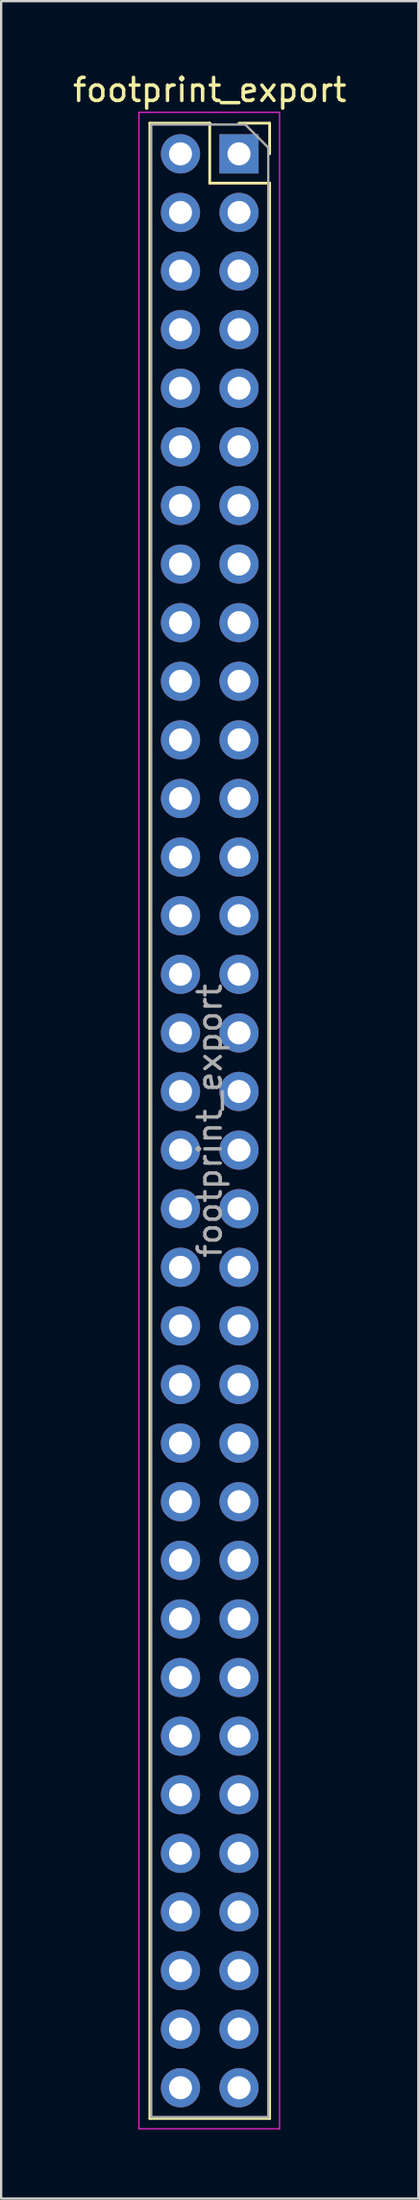
<source format=kicad_pcb>
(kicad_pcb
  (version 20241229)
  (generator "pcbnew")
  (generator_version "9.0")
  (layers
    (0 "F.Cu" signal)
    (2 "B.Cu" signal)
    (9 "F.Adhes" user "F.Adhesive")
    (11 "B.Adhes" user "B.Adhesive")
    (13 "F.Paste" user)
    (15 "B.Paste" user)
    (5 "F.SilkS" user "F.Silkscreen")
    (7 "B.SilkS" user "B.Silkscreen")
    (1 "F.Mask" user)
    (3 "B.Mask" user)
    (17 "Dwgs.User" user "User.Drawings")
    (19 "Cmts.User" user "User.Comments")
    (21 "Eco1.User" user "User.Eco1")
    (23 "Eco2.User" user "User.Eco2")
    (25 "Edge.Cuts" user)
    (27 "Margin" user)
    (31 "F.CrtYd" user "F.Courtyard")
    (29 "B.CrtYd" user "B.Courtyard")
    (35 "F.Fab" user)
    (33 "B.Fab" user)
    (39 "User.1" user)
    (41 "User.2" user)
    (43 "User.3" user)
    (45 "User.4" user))
  (footprint "footprint_export"
    (layer "F.Cu")
    (at 7.324 3.618)
    (property "Reference" "footprint_export" (at -1.27 -2.77 0) (layer "F.SilkS") (effects (font (size 1 1) (thickness 0.15))))
    (attr through_hole)
    (fp_line (start -3.87 -1.33) (end -3.87 85.15) (stroke (width 0.12) (type solid)) (layer "F.SilkS"))
    (fp_line (start -3.87 -1.33) (end -1.27 -1.33) (stroke (width 0.12) (type solid)) (layer "F.SilkS"))
    (fp_line (start -3.87 85.15) (end 1.33 85.15) (stroke (width 0.12) (type solid)) (layer "F.SilkS"))
    (fp_line (start -1.27 -1.33) (end -1.27 1.27) (stroke (width 0.12) (type solid)) (layer "F.SilkS"))
    (fp_line (start -1.27 1.27) (end 1.33 1.27) (stroke (width 0.12) (type solid)) (layer "F.SilkS"))
    (fp_line (start 0 -1.33) (end 1.33 -1.33) (stroke (width 0.12) (type solid)) (layer "F.SilkS"))
    (fp_line (start 1.33 -1.33) (end 1.33 0) (stroke (width 0.12) (type solid)) (layer "F.SilkS"))
    (fp_line (start 1.33 1.27) (end 1.33 85.15) (stroke (width 0.12) (type solid)) (layer "F.SilkS"))
    (fp_line (start -4.34 -1.8) (end 1.76 -1.8) (stroke (width 0.05) (type solid)) (layer "F.CrtYd"))
    (fp_line (start -4.34 85.6) (end -4.34 -1.8) (stroke (width 0.05) (type solid)) (layer "F.CrtYd"))
    (fp_line (start 1.76 -1.8) (end 1.76 85.6) (stroke (width 0.05) (type solid)) (layer "F.CrtYd"))
    (fp_line (start 1.76 85.6) (end -4.34 85.6) (stroke (width 0.05) (type solid)) (layer "F.CrtYd"))
    (fp_line (start -3.81 -1.27) (end 0.27 -1.27) (stroke (width 0.1) (type solid)) (layer "F.Fab"))
    (fp_line (start -3.81 85.09) (end -3.81 -1.27) (stroke (width 0.1) (type solid)) (layer "F.Fab"))
    (fp_line (start 0.27 -1.27) (end 1.27 -0.27) (stroke (width 0.1) (type solid)) (layer "F.Fab"))
    (fp_line (start 1.27 -0.27) (end 1.27 85.09) (stroke (width 0.1) (type solid)) (layer "F.Fab"))
    (fp_line (start 1.27 85.09) (end -3.81 85.09) (stroke (width 0.1) (type solid)) (layer "F.Fab"))
    (fp_text user "${REFERENCE}" (at -1.27 41.91 90) (layer "F.Fab") (effects (font (size 1 1) (thickness 0.15))))
    (pad "1" thru_hole rect (at 0 0) (size 1.7 1.7) (drill 1) (layers "*.Cu" "*.Mask"))
    (pad "2" thru_hole oval (at -2.54 0) (size 1.7 1.7) (drill 1) (layers "*.Cu" "*.Mask"))
    (pad "3" thru_hole oval (at 0 2.54) (size 1.7 1.7) (drill 1) (layers "*.Cu" "*.Mask"))
    (pad "4" thru_hole oval (at -2.54 2.54) (size 1.7 1.7) (drill 1) (layers "*.Cu" "*.Mask"))
    (pad "5" thru_hole oval (at 0 5.08) (size 1.7 1.7) (drill 1) (layers "*.Cu" "*.Mask"))
    (pad "6" thru_hole oval (at -2.54 5.08) (size 1.7 1.7) (drill 1) (layers "*.Cu" "*.Mask"))
    (pad "7" thru_hole oval (at 0 7.62) (size 1.7 1.7) (drill 1) (layers "*.Cu" "*.Mask"))
    (pad "8" thru_hole oval (at -2.54 7.62) (size 1.7 1.7) (drill 1) (layers "*.Cu" "*.Mask"))
    (pad "9" thru_hole oval (at 0 10.16) (size 1.7 1.7) (drill 1) (layers "*.Cu" "*.Mask"))
    (pad "10" thru_hole oval (at -2.54 10.16) (size 1.7 1.7) (drill 1) (layers "*.Cu" "*.Mask"))
    (pad "11" thru_hole oval (at 0 12.7) (size 1.7 1.7) (drill 1) (layers "*.Cu" "*.Mask"))
    (pad "12" thru_hole oval (at -2.54 12.7) (size 1.7 1.7) (drill 1) (layers "*.Cu" "*.Mask"))
    (pad "13" thru_hole oval (at 0 15.24) (size 1.7 1.7) (drill 1) (layers "*.Cu" "*.Mask"))
    (pad "14" thru_hole oval (at -2.54 15.24) (size 1.7 1.7) (drill 1) (layers "*.Cu" "*.Mask"))
    (pad "15" thru_hole oval (at 0 17.78) (size 1.7 1.7) (drill 1) (layers "*.Cu" "*.Mask"))
    (pad "16" thru_hole oval (at -2.54 17.78) (size 1.7 1.7) (drill 1) (layers "*.Cu" "*.Mask"))
    (pad "17" thru_hole oval (at 0 20.32) (size 1.7 1.7) (drill 1) (layers "*.Cu" "*.Mask"))
    (pad "18" thru_hole oval (at -2.54 20.32) (size 1.7 1.7) (drill 1) (layers "*.Cu" "*.Mask"))
    (pad "19" thru_hole oval (at 0 22.86) (size 1.7 1.7) (drill 1) (layers "*.Cu" "*.Mask"))
    (pad "20" thru_hole oval (at -2.54 22.86) (size 1.7 1.7) (drill 1) (layers "*.Cu" "*.Mask"))
    (pad "21" thru_hole oval (at 0 25.4) (size 1.7 1.7) (drill 1) (layers "*.Cu" "*.Mask"))
    (pad "22" thru_hole oval (at -2.54 25.4) (size 1.7 1.7) (drill 1) (layers "*.Cu" "*.Mask"))
    (pad "23" thru_hole oval (at 0 27.94) (size 1.7 1.7) (drill 1) (layers "*.Cu" "*.Mask"))
    (pad "24" thru_hole oval (at -2.54 27.94) (size 1.7 1.7) (drill 1) (layers "*.Cu" "*.Mask"))
    (pad "25" thru_hole oval (at 0 30.48) (size 1.7 1.7) (drill 1) (layers "*.Cu" "*.Mask"))
    (pad "26" thru_hole oval (at -2.54 30.48) (size 1.7 1.7) (drill 1) (layers "*.Cu" "*.Mask"))
    (pad "27" thru_hole oval (at 0 33.02) (size 1.7 1.7) (drill 1) (layers "*.Cu" "*.Mask"))
    (pad "28" thru_hole oval (at -2.54 33.02) (size 1.7 1.7) (drill 1) (layers "*.Cu" "*.Mask"))
    (pad "29" thru_hole oval (at 0 35.56) (size 1.7 1.7) (drill 1) (layers "*.Cu" "*.Mask"))
    (pad "30" thru_hole oval (at -2.54 35.56) (size 1.7 1.7) (drill 1) (layers "*.Cu" "*.Mask"))
    (pad "31" thru_hole oval (at 0 38.1) (size 1.7 1.7) (drill 1) (layers "*.Cu" "*.Mask"))
    (pad "32" thru_hole oval (at -2.54 38.1) (size 1.7 1.7) (drill 1) (layers "*.Cu" "*.Mask"))
    (pad "33" thru_hole oval (at 0 40.64) (size 1.7 1.7) (drill 1) (layers "*.Cu" "*.Mask"))
    (pad "34" thru_hole oval (at -2.54 40.64) (size 1.7 1.7) (drill 1) (layers "*.Cu" "*.Mask"))
    (pad "35" thru_hole oval (at 0 43.18) (size 1.7 1.7) (drill 1) (layers "*.Cu" "*.Mask"))
    (pad "36" thru_hole oval (at -2.54 43.18) (size 1.7 1.7) (drill 1) (layers "*.Cu" "*.Mask"))
    (pad "37" thru_hole oval (at 0 45.72) (size 1.7 1.7) (drill 1) (layers "*.Cu" "*.Mask"))
    (pad "38" thru_hole oval (at -2.54 45.72) (size 1.7 1.7) (drill 1) (layers "*.Cu" "*.Mask"))
    (pad "39" thru_hole oval (at 0 48.26) (size 1.7 1.7) (drill 1) (layers "*.Cu" "*.Mask"))
    (pad "40" thru_hole oval (at -2.54 48.26) (size 1.7 1.7) (drill 1) (layers "*.Cu" "*.Mask"))
    (pad "41" thru_hole oval (at 0 50.8) (size 1.7 1.7) (drill 1) (layers "*.Cu" "*.Mask"))
    (pad "42" thru_hole oval (at -2.54 50.8) (size 1.7 1.7) (drill 1) (layers "*.Cu" "*.Mask"))
    (pad "43" thru_hole oval (at 0 53.34) (size 1.7 1.7) (drill 1) (layers "*.Cu" "*.Mask"))
    (pad "44" thru_hole oval (at -2.54 53.34) (size 1.7 1.7) (drill 1) (layers "*.Cu" "*.Mask"))
    (pad "45" thru_hole oval (at 0 55.88) (size 1.7 1.7) (drill 1) (layers "*.Cu" "*.Mask"))
    (pad "46" thru_hole oval (at -2.54 55.88) (size 1.7 1.7) (drill 1) (layers "*.Cu" "*.Mask"))
    (pad "47" thru_hole oval (at 0 58.42) (size 1.7 1.7) (drill 1) (layers "*.Cu" "*.Mask"))
    (pad "48" thru_hole oval (at -2.54 58.42) (size 1.7 1.7) (drill 1) (layers "*.Cu" "*.Mask"))
    (pad "49" thru_hole oval (at 0 60.96) (size 1.7 1.7) (drill 1) (layers "*.Cu" "*.Mask"))
    (pad "50" thru_hole oval (at -2.54 60.96) (size 1.7 1.7) (drill 1) (layers "*.Cu" "*.Mask"))
    (pad "51" thru_hole oval (at 0 63.5) (size 1.7 1.7) (drill 1) (layers "*.Cu" "*.Mask"))
    (pad "52" thru_hole oval (at -2.54 63.5) (size 1.7 1.7) (drill 1) (layers "*.Cu" "*.Mask"))
    (pad "53" thru_hole oval (at 0 66.04) (size 1.7 1.7) (drill 1) (layers "*.Cu" "*.Mask"))
    (pad "54" thru_hole oval (at -2.54 66.04) (size 1.7 1.7) (drill 1) (layers "*.Cu" "*.Mask"))
    (pad "55" thru_hole oval (at 0 68.58) (size 1.7 1.7) (drill 1) (layers "*.Cu" "*.Mask"))
    (pad "56" thru_hole oval (at -2.54 68.58) (size 1.7 1.7) (drill 1) (layers "*.Cu" "*.Mask"))
    (pad "57" thru_hole oval (at 0 71.12) (size 1.7 1.7) (drill 1) (layers "*.Cu" "*.Mask"))
    (pad "58" thru_hole oval (at -2.54 71.12) (size 1.7 1.7) (drill 1) (layers "*.Cu" "*.Mask"))
    (pad "59" thru_hole oval (at 0 73.66) (size 1.7 1.7) (drill 1) (layers "*.Cu" "*.Mask"))
    (pad "60" thru_hole oval (at -2.54 73.66) (size 1.7 1.7) (drill 1) (layers "*.Cu" "*.Mask"))
    (pad "61" thru_hole oval (at 0 76.2) (size 1.7 1.7) (drill 1) (layers "*.Cu" "*.Mask"))
    (pad "62" thru_hole oval (at -2.54 76.2) (size 1.7 1.7) (drill 1) (layers "*.Cu" "*.Mask"))
    (pad "63" thru_hole oval (at 0 78.74) (size 1.7 1.7) (drill 1) (layers "*.Cu" "*.Mask"))
    (pad "64" thru_hole oval (at -2.54 78.74) (size 1.7 1.7) (drill 1) (layers "*.Cu" "*.Mask"))
    (pad "65" thru_hole oval (at 0 81.28) (size 1.7 1.7) (drill 1) (layers "*.Cu" "*.Mask"))
    (pad "66" thru_hole oval (at -2.54 81.28) (size 1.7 1.7) (drill 1) (layers "*.Cu" "*.Mask"))
    (pad "67" thru_hole oval (at 0 83.82) (size 1.7 1.7) (drill 1) (layers "*.Cu" "*.Mask"))
    (pad "68" thru_hole oval (at -2.54 83.82) (size 1.7 1.7) (drill 1) (layers "*.Cu" "*.Mask")))
  (gr_rect
    (start -3 -3)
    (end 15.107 92.243)
    (stroke (width 0.1) (type default))
    (fill no)
    (layer "Edge.Cuts")))
</source>
